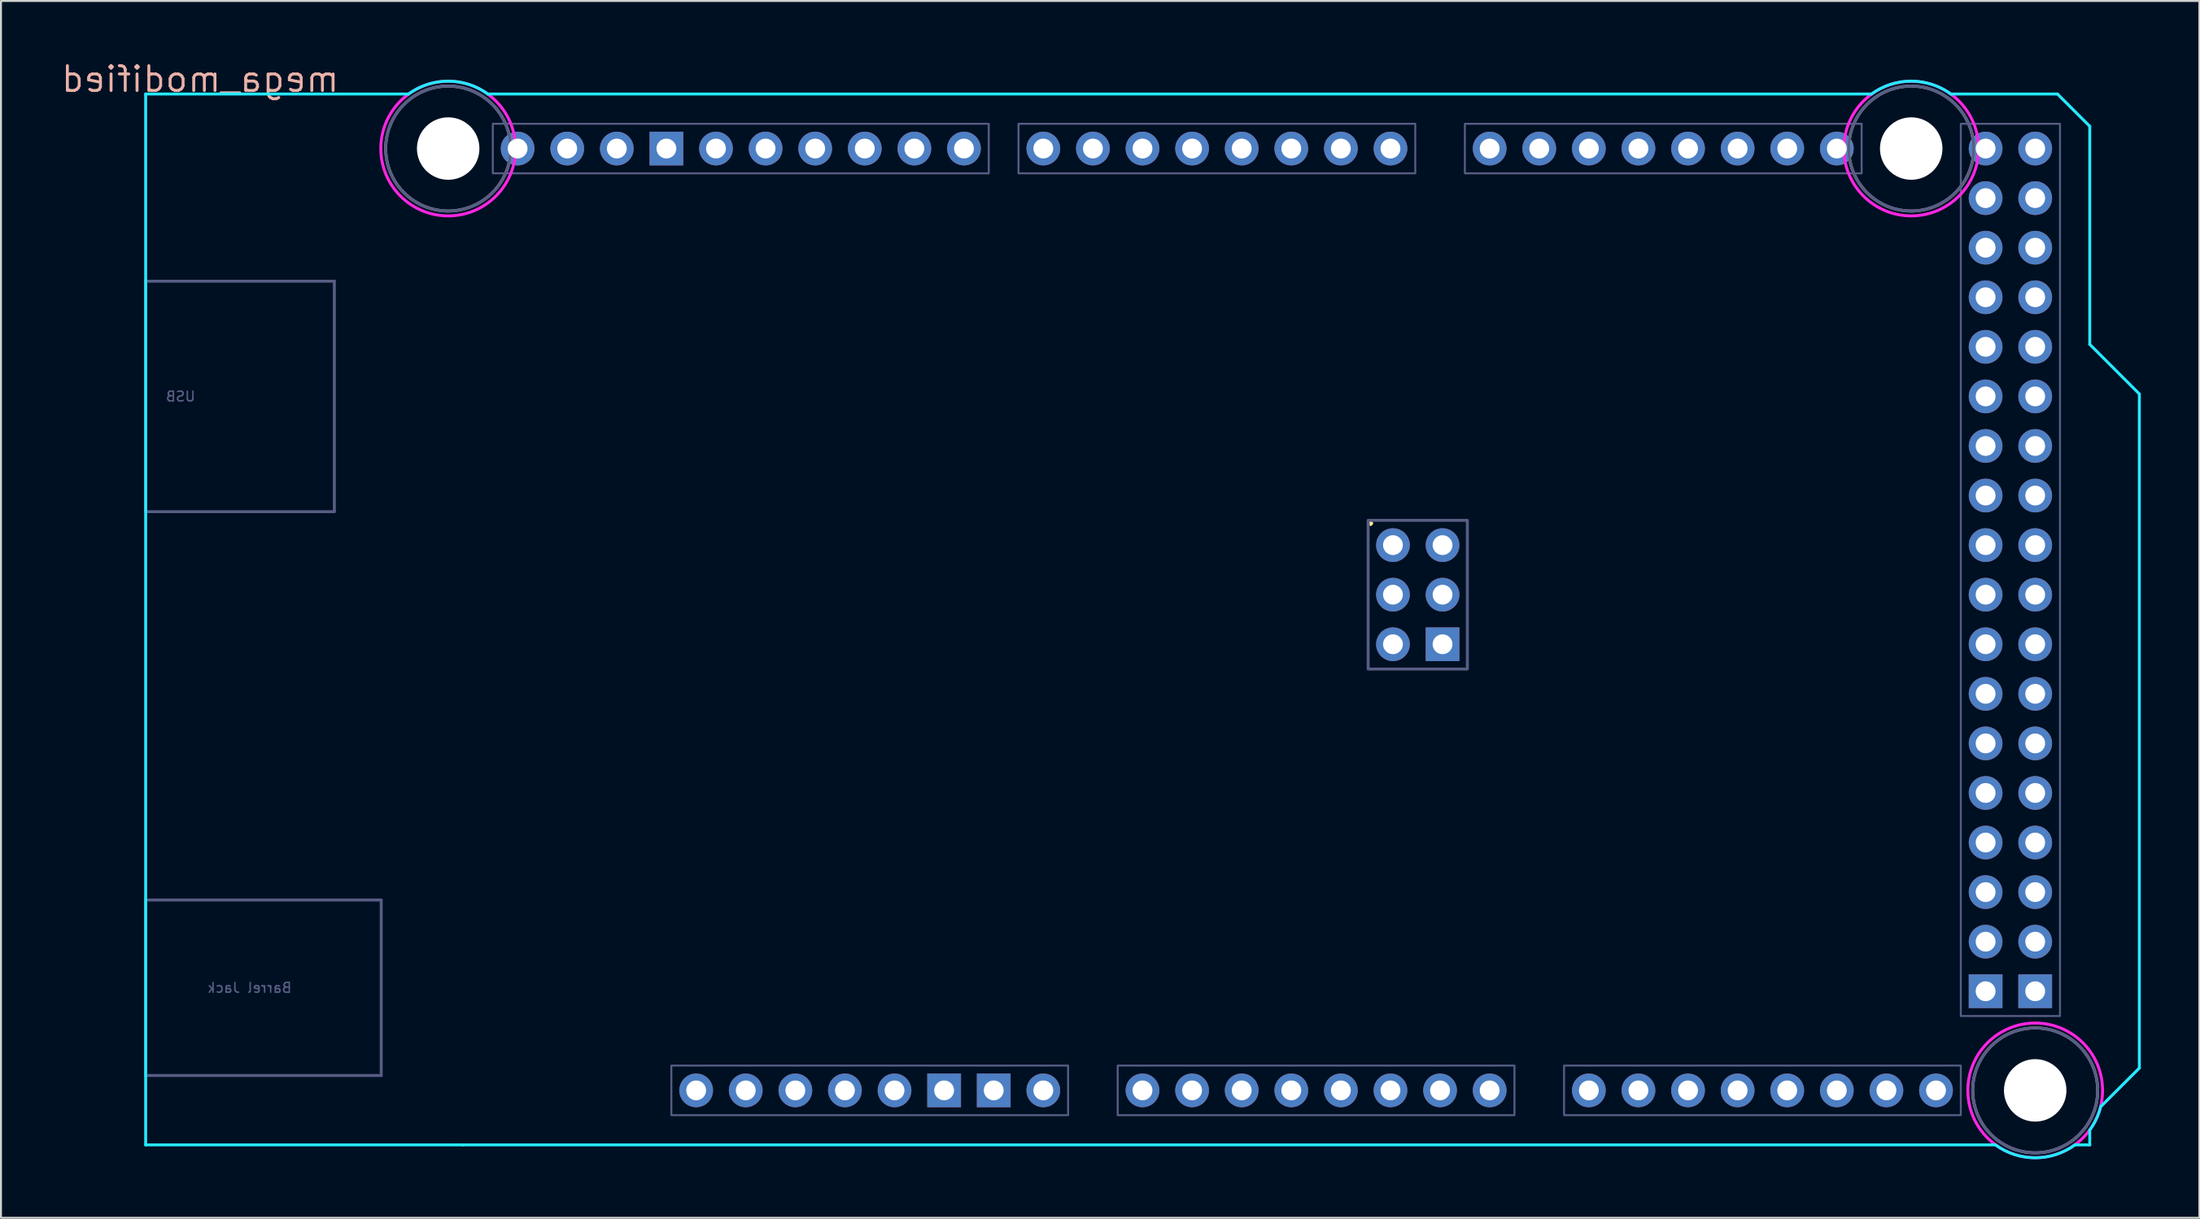
<source format=kicad_pcb>
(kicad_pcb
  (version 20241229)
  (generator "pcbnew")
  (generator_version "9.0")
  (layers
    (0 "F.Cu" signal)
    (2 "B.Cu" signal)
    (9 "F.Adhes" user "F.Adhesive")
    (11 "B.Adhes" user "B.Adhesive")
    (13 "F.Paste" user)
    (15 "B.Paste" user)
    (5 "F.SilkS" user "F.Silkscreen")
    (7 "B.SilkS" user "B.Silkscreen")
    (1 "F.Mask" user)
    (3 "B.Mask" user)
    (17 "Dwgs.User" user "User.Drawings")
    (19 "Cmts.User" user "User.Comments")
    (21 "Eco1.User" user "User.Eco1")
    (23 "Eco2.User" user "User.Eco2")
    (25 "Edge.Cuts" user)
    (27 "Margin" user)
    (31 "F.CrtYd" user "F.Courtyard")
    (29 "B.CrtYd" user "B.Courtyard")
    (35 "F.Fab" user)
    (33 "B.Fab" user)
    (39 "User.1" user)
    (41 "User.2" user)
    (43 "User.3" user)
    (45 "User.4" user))
  (footprint "mega_modified"
    (layer "F.Cu")
    (at 4.664 55.362)
    (property "Reference" "mega_modified" (at 2.54 -54.356 0) (layer "B.SilkS") (effects (font (size 1.27 1.27) (thickness 0.15)) (justify mirror)))
    (attr through_hole)
    (fp_line (start -0.254 -53.594) (end -0.254 0.254) (stroke (width 0.15) (type solid)) (layer "B.CrtYd"))
    (fp_line (start 13.208 -53.594) (end -0.254 -53.594) (stroke (width 0.15) (type solid)) (layer "B.CrtYd"))
    (fp_line (start 16.002 0.254) (end -0.254 0.254) (stroke (width 0.15) (type solid)) (layer "B.CrtYd"))
    (fp_line (start 16.002 0.254) (end 94.488 0.254) (stroke (width 0.15) (type solid)) (layer "B.CrtYd"))
    (fp_line (start 17.272 -53.594) (end 88.138 -53.594) (stroke (width 0.15) (type solid)) (layer "B.CrtYd"))
    (fp_line (start 97.663 -53.594) (end 92.202 -53.594) (stroke (width 0.15) (type solid)) (layer "B.CrtYd"))
    (fp_line (start 97.663 -53.594) (end 99.314 -51.943) (stroke (width 0.15) (type solid)) (layer "B.CrtYd"))
    (fp_line (start 99.314 -40.767) (end 99.314 -51.943) (stroke (width 0.15) (type solid)) (layer "B.CrtYd"))
    (fp_line (start 99.314 0.254) (end 98.552 0.254) (stroke (width 0.15) (type solid)) (layer "B.CrtYd"))
    (fp_line (start 99.314 0.254) (end 99.314 -0.508) (stroke (width 0.15) (type solid)) (layer "B.CrtYd"))
    (fp_line (start 99.873 -1.702) (end 101.854 -3.683) (stroke (width 0.15) (type solid)) (layer "B.CrtYd"))
    (fp_line (start 101.854 -38.227) (end 99.314 -40.767) (stroke (width 0.15) (type solid)) (layer "B.CrtYd"))
    (fp_line (start 101.854 -3.683) (end 101.854 -38.227) (stroke (width 0.15) (type solid)) (layer "B.CrtYd"))
    (fp_arc (start 13.208 -53.594) (mid 15.24 -54.254237) (end 17.272 -53.594) (stroke (width 0.15) (type solid)) (layer "B.CrtYd"))
    (fp_arc (start 88.138 -53.594) (mid 90.17 -54.254237) (end 92.202 -53.594) (stroke (width 0.15) (type solid)) (layer "B.CrtYd"))
    (fp_arc (start 98.552 0.254) (mid 96.52 0.914237) (end 94.488 0.254) (stroke (width 0.15) (type solid)) (layer "B.CrtYd"))
    (fp_arc (start 99.8728 -1.7018) (mid 99.650925 -1.077973) (end 99.314 -0.508) (stroke (width 0.15) (type solid)) (layer "B.CrtYd"))
    (fp_circle (center 15.24 -50.8) (end 18.69 -50.8) (stroke (width 0.15) (type solid)) (fill no) (layer "F.CrtYd"))
    (fp_circle (center 90.17 -50.8) (end 93.62 -50.8) (stroke (width 0.15) (type solid)) (fill no) (layer "F.CrtYd"))
    (fp_circle (center 96.52 -2.54) (end 99.97 -2.54) (stroke (width 0.15) (type solid)) (fill no) (layer "F.CrtYd"))
    (fp_line (start -0.254 -44.004) (end 9.41 -44.004) (stroke (width 0.15) (type solid)) (layer "B.Fab"))
    (fp_line (start -0.254 -32.194) (end -0.254 -44.004) (stroke (width 0.15) (type solid)) (layer "B.Fab"))
    (fp_line (start -0.254 -32.194) (end 9.41 -32.194) (stroke (width 0.15) (type solid)) (layer "B.Fab"))
    (fp_line (start -0.254 -12.294) (end -0.254 -3.303) (stroke (width 0.15) (type solid)) (layer "B.Fab"))
    (fp_line (start -0.254 -12.294) (end 11.81 -12.294) (stroke (width 0.15) (type solid)) (layer "B.Fab"))
    (fp_line (start -0.254 -3.303) (end 11.81 -3.303) (stroke (width 0.15) (type solid)) (layer "B.Fab"))
    (fp_line (start 9.41 -32.194) (end 9.41 -44.004) (stroke (width 0.15) (type solid)) (layer "B.Fab"))
    (fp_line (start 11.81 -12.294) (end 11.81 -3.303) (stroke (width 0.15) (type solid)) (layer "B.Fab"))
    (fp_rect (start 17.526 -52.07) (end 42.926 -49.53) (stroke (width 0.1) (type solid)) (fill no) (layer "B.Fab"))
    (fp_rect (start 26.67 -3.81) (end 46.99 -1.27) (stroke (width 0.1) (type solid)) (fill no) (layer "B.Fab"))
    (fp_rect (start 44.45 -52.07) (end 64.77 -49.53) (stroke (width 0.1) (type solid)) (fill no) (layer "B.Fab"))
    (fp_rect (start 49.53 -3.81) (end 69.85 -1.27) (stroke (width 0.1) (type solid)) (fill no) (layer "B.Fab"))
    (fp_rect (start 62.357 -31.75) (end 67.437 -24.13) (stroke (width 0.15) (type solid)) (fill no) (layer "B.Fab"))
    (fp_rect (start 67.31 -52.07) (end 87.63 -49.53) (stroke (width 0.1) (type solid)) (fill no) (layer "B.Fab"))
    (fp_rect (start 72.39 -3.81) (end 92.71 -1.27) (stroke (width 0.1) (type solid)) (fill no) (layer "B.Fab"))
    (fp_rect (start 92.71 -52.07) (end 97.79 -6.35) (stroke (width 0.1) (type solid)) (fill no) (layer "B.Fab"))
    (fp_circle (center 15.24 -50.8) (end 18.44 -50.8) (stroke (width 0.15) (type solid)) (fill no) (layer "B.Fab"))
    (fp_circle (center 90.17 -50.8) (end 93.37 -50.8) (stroke (width 0.15) (type solid)) (fill no) (layer "B.Fab"))
    (fp_circle (center 96.52 -2.54) (end 99.72 -2.54) (stroke (width 0.15) (type solid)) (fill no) (layer "B.Fab"))
    (fp_circle (center 15.24 -50.8) (end 18.44 -50.8) (stroke (width 0.15) (type solid)) (fill no) (layer "F.Fab"))
    (fp_circle (center 90.17 -50.8) (end 93.37 -50.8) (stroke (width 0.15) (type solid)) (fill no) (layer "F.Fab"))
    (fp_circle (center 96.52 -2.54) (end 99.72 -2.54) (stroke (width 0.15) (type solid)) (fill no) (layer "F.Fab"))
    (fp_text user "." (at 62.484 -32.004 0) (layer "F.SilkS") (effects (font (size 1 1) (thickness 0.15))))
    (fp_text user "USB" (at 1.535 -38.099 0) (layer "B.Fab") (effects (font (size 0.5 0.5) (thickness 0.075)) (justify mirror)))
    (fp_text user "Barrel Jack" (at 5.065 -7.798 0) (layer "B.Fab") (effects (font (size 0.5 0.5) (thickness 0.075)) (justify mirror)))
    (pad "" np_thru_hole circle (at 15.24 -50.8) (size 3.2 3.2) (drill 3.2) (layers "*.Cu" "*.Mask"))
    (pad "" thru_hole oval (at 27.94 -2.54) (size 1.727 1.727) (drill 1.016) (layers "*.Cu" "*.Mask"))
    (pad "" np_thru_hole circle (at 90.17 -50.8) (size 3.2 3.2) (drill 3.2) (layers "*.Cu" "*.Mask"))
    (pad "" np_thru_hole circle (at 96.52 -2.54) (size 3.2 3.2) (drill 3.2) (layers "*.Cu" "*.Mask"))
    (pad "3V3" thru_hole oval (at 35.56 -2.54) (size 1.727 1.727) (drill 1.016) (layers "*.Cu" "*.Mask"))
    (pad "5V1" thru_hole oval (at 38.1 -2.54) (size 1.727 1.727) (drill 1.016) (layers "*.Cu" "*.Mask"))
    (pad "5V2" thru_hole oval (at 66.167 -30.48) (size 1.727 1.727) (drill 1.016) (layers "*.Cu" "*.Mask"))
    (pad "5V3" thru_hole oval (at 93.98 -50.8) (size 1.727 1.727) (drill 1.016) (layers "*.Cu" "*.Mask"))
    (pad "5V4" thru_hole oval (at 96.52 -50.8) (size 1.727 1.727) (drill 1.016) (layers "*.Cu" "*.Mask"))
    (pad "A0" thru_hole oval (at 50.8 -2.54) (size 1.727 1.727) (drill 1.016) (layers "*.Cu" "*.Mask"))
    (pad "A1" thru_hole oval (at 53.34 -2.54) (size 1.727 1.727) (drill 1.016) (layers "*.Cu" "*.Mask"))
    (pad "A2" thru_hole oval (at 55.88 -2.54) (size 1.727 1.727) (drill 1.016) (layers "*.Cu" "*.Mask"))
    (pad "A3" thru_hole oval (at 58.42 -2.54) (size 1.727 1.727) (drill 1.016) (layers "*.Cu" "*.Mask"))
    (pad "A4" thru_hole oval (at 60.96 -2.54) (size 1.727 1.727) (drill 1.016) (layers "*.Cu" "*.Mask"))
    (pad "A5" thru_hole oval (at 63.5 -2.54) (size 1.727 1.727) (drill 1.016) (layers "*.Cu" "*.Mask"))
    (pad "A6" thru_hole oval (at 66.04 -2.54) (size 1.727 1.727) (drill 1.016) (layers "*.Cu" "*.Mask"))
    (pad "A7" thru_hole oval (at 68.58 -2.54) (size 1.727 1.727) (drill 1.016) (layers "*.Cu" "*.Mask"))
    (pad "A8" thru_hole oval (at 73.66 -2.54) (size 1.727 1.727) (drill 1.016) (layers "*.Cu" "*.Mask"))
    (pad "A9" thru_hole oval (at 76.2 -2.54) (size 1.727 1.727) (drill 1.016) (layers "*.Cu" "*.Mask"))
    (pad "A10" thru_hole oval (at 78.74 -2.54) (size 1.727 1.727) (drill 1.016) (layers "*.Cu" "*.Mask"))
    (pad "A11" thru_hole oval (at 81.28 -2.54) (size 1.727 1.727) (drill 1.016) (layers "*.Cu" "*.Mask"))
    (pad "A12" thru_hole oval (at 83.82 -2.54) (size 1.727 1.727) (drill 1.016) (layers "*.Cu" "*.Mask"))
    (pad "A13" thru_hole oval (at 86.36 -2.54) (size 1.727 1.727) (drill 1.016) (layers "*.Cu" "*.Mask"))
    (pad "A14" thru_hole oval (at 88.9 -2.54) (size 1.727 1.727) (drill 1.016) (layers "*.Cu" "*.Mask"))
    (pad "A15" thru_hole oval (at 91.44 -2.54) (size 1.727 1.727) (drill 1.016) (layers "*.Cu" "*.Mask"))
    (pad "AREF" thru_hole oval (at 23.876 -50.8) (size 1.727 1.727) (drill 1.016) (layers "*.Cu" "*.Mask"))
    (pad "D0" thru_hole oval (at 63.5 -50.8) (size 1.727 1.727) (drill 1.016) (layers "*.Cu" "*.Mask"))
    (pad "D1" thru_hole oval (at 60.96 -50.8) (size 1.727 1.727) (drill 1.016) (layers "*.Cu" "*.Mask"))
    (pad "D2" thru_hole oval (at 58.42 -50.8) (size 1.727 1.727) (drill 1.016) (layers "*.Cu" "*.Mask"))
    (pad "D3" thru_hole oval (at 55.88 -50.8) (size 1.727 1.727) (drill 1.016) (layers "*.Cu" "*.Mask"))
    (pad "D4" thru_hole oval (at 53.34 -50.8) (size 1.727 1.727) (drill 1.016) (layers "*.Cu" "*.Mask"))
    (pad "D5" thru_hole oval (at 50.8 -50.8) (size 1.727 1.727) (drill 1.016) (layers "*.Cu" "*.Mask"))
    (pad "D6" thru_hole oval (at 48.26 -50.8) (size 1.727 1.727) (drill 1.016) (layers "*.Cu" "*.Mask"))
    (pad "D7" thru_hole oval (at 45.72 -50.8) (size 1.727 1.727) (drill 1.016) (layers "*.Cu" "*.Mask"))
    (pad "D8" thru_hole oval (at 41.656 -50.8) (size 1.727 1.727) (drill 1.016) (layers "*.Cu" "*.Mask"))
    (pad "D9" thru_hole oval (at 39.116 -50.8) (size 1.727 1.727) (drill 1.016) (layers "*.Cu" "*.Mask"))
    (pad "D10" thru_hole oval (at 36.576 -50.8) (size 1.727 1.727) (drill 1.016) (layers "*.Cu" "*.Mask"))
    (pad "D11" thru_hole oval (at 34.036 -50.8) (size 1.727 1.727) (drill 1.016) (layers "*.Cu" "*.Mask"))
    (pad "D12" thru_hole oval (at 31.496 -50.8) (size 1.727 1.727) (drill 1.016) (layers "*.Cu" "*.Mask"))
    (pad "D13" thru_hole oval (at 28.956 -50.8) (size 1.727 1.727) (drill 1.016) (layers "*.Cu" "*.Mask"))
    (pad "D14" thru_hole oval (at 68.58 -50.8) (size 1.727 1.727) (drill 1.016) (layers "*.Cu" "*.Mask"))
    (pad "D15" thru_hole oval (at 71.12 -50.8) (size 1.727 1.727) (drill 1.016) (layers "*.Cu" "*.Mask"))
    (pad "D16" thru_hole oval (at 73.66 -50.8) (size 1.727 1.727) (drill 1.016) (layers "*.Cu" "*.Mask"))
    (pad "D17" thru_hole oval (at 76.2 -50.8) (size 1.727 1.727) (drill 1.016) (layers "*.Cu" "*.Mask"))
    (pad "D18" thru_hole oval (at 78.74 -50.8) (size 1.727 1.727) (drill 1.016) (layers "*.Cu" "*.Mask"))
    (pad "D19" thru_hole oval (at 81.28 -50.8) (size 1.727 1.727) (drill 1.016) (layers "*.Cu" "*.Mask"))
    (pad "D20" thru_hole oval (at 83.82 -50.8) (size 1.727 1.727) (drill 1.016) (layers "*.Cu" "*.Mask"))
    (pad "D21" thru_hole oval (at 86.36 -50.8) (size 1.727 1.727) (drill 1.016) (layers "*.Cu" "*.Mask"))
    (pad "D22" thru_hole oval (at 93.98 -48.26) (size 1.727 1.727) (drill 1.016) (layers "*.Cu" "*.Mask"))
    (pad "D23" thru_hole oval (at 96.52 -48.26) (size 1.727 1.727) (drill 1.016) (layers "*.Cu" "*.Mask"))
    (pad "D24" thru_hole oval (at 93.98 -45.72) (size 1.727 1.727) (drill 1.016) (layers "*.Cu" "*.Mask"))
    (pad "D25" thru_hole oval (at 96.52 -45.72) (size 1.727 1.727) (drill 1.016) (layers "*.Cu" "*.Mask"))
    (pad "D26" thru_hole oval (at 93.98 -43.18) (size 1.727 1.727) (drill 1.016) (layers "*.Cu" "*.Mask"))
    (pad "D27" thru_hole oval (at 96.52 -43.18) (size 1.727 1.727) (drill 1.016) (layers "*.Cu" "*.Mask"))
    (pad "D28" thru_hole oval (at 93.98 -40.64) (size 1.727 1.727) (drill 1.016) (layers "*.Cu" "*.Mask"))
    (pad "D29" thru_hole oval (at 96.52 -40.64) (size 1.727 1.727) (drill 1.016) (layers "*.Cu" "*.Mask"))
    (pad "D30" thru_hole oval (at 93.98 -38.1) (size 1.727 1.727) (drill 1.016) (layers "*.Cu" "*.Mask"))
    (pad "D31" thru_hole oval (at 96.52 -38.1) (size 1.727 1.727) (drill 1.016) (layers "*.Cu" "*.Mask"))
    (pad "D32" thru_hole oval (at 93.98 -35.56) (size 1.727 1.727) (drill 1.016) (layers "*.Cu" "*.Mask"))
    (pad "D33" thru_hole oval (at 96.52 -35.56) (size 1.727 1.727) (drill 1.016) (layers "*.Cu" "*.Mask"))
    (pad "D34" thru_hole oval (at 93.98 -33.02) (size 1.727 1.727) (drill 1.016) (layers "*.Cu" "*.Mask"))
    (pad "D35" thru_hole oval (at 96.52 -33.02) (size 1.727 1.727) (drill 1.016) (layers "*.Cu" "*.Mask"))
    (pad "D36" thru_hole oval (at 93.98 -30.48) (size 1.727 1.727) (drill 1.016) (layers "*.Cu" "*.Mask"))
    (pad "D37" thru_hole oval (at 96.52 -30.48) (size 1.727 1.727) (drill 1.016) (layers "*.Cu" "*.Mask"))
    (pad "D38" thru_hole oval (at 93.98 -27.94) (size 1.727 1.727) (drill 1.016) (layers "*.Cu" "*.Mask"))
    (pad "D39" thru_hole oval (at 96.52 -27.94) (size 1.727 1.727) (drill 1.016) (layers "*.Cu" "*.Mask"))
    (pad "D40" thru_hole oval (at 93.98 -25.4) (size 1.727 1.727) (drill 1.016) (layers "*.Cu" "*.Mask"))
    (pad "D41" thru_hole oval (at 96.52 -25.4) (size 1.727 1.727) (drill 1.016) (layers "*.Cu" "*.Mask"))
    (pad "D42" thru_hole oval (at 93.98 -22.86) (size 1.727 1.727) (drill 1.016) (layers "*.Cu" "*.Mask"))
    (pad "D43" thru_hole oval (at 96.52 -22.86) (size 1.727 1.727) (drill 1.016) (layers "*.Cu" "*.Mask"))
    (pad "D44" thru_hole oval (at 93.98 -20.32) (size 1.727 1.727) (drill 1.016) (layers "*.Cu" "*.Mask"))
    (pad "D45" thru_hole oval (at 96.52 -20.32) (size 1.727 1.727) (drill 1.016) (layers "*.Cu" "*.Mask"))
    (pad "D46" thru_hole oval (at 93.98 -17.78) (size 1.727 1.727) (drill 1.016) (layers "*.Cu" "*.Mask"))
    (pad "D47" thru_hole oval (at 96.52 -17.78) (size 1.727 1.727) (drill 1.016) (layers "*.Cu" "*.Mask"))
    (pad "D48" thru_hole oval (at 93.98 -15.24) (size 1.727 1.727) (drill 1.016) (layers "*.Cu" "*.Mask"))
    (pad "D49" thru_hole oval (at 96.52 -15.24) (size 1.727 1.727) (drill 1.016) (layers "*.Cu" "*.Mask"))
    (pad "D50" thru_hole oval (at 93.98 -12.7) (size 1.727 1.727) (drill 1.016) (layers "*.Cu" "*.Mask"))
    (pad "D51" thru_hole oval (at 96.52 -12.7) (size 1.727 1.727) (drill 1.016) (layers "*.Cu" "*.Mask"))
    (pad "D52" thru_hole oval (at 93.98 -10.16) (size 1.727 1.727) (drill 1.016) (layers "*.Cu" "*.Mask"))
    (pad "D53" thru_hole oval (at 96.52 -10.16) (size 1.727 1.727) (drill 1.016) (layers "*.Cu" "*.Mask"))
    (pad "GND1" thru_hole rect (at 26.416 -50.8) (size 1.727 1.727) (drill 1.016) (layers "*.Cu" "*.Mask"))
    (pad "GND2" thru_hole rect (at 40.64 -2.54) (size 1.727 1.727) (drill 1.016) (layers "*.Cu" "*.Mask"))
    (pad "GND3" thru_hole rect (at 43.18 -2.54) (size 1.727 1.727) (drill 1.016) (layers "*.Cu" "*.Mask"))
    (pad "GND4" thru_hole rect (at 66.167 -25.4) (size 1.727 1.727) (drill 1.016) (layers "*.Cu" "*.Mask"))
    (pad "GND5" thru_hole rect (at 93.98 -7.62) (size 1.727 1.727) (drill 1.016) (layers "*.Cu" "*.Mask"))
    (pad "GND6" thru_hole rect (at 96.52 -7.62) (size 1.727 1.727) (drill 1.016) (layers "*.Cu" "*.Mask"))
    (pad "IORF" thru_hole oval (at 30.48 -2.54) (size 1.727 1.727) (drill 1.016) (layers "*.Cu" "*.Mask"))
    (pad "MISO" thru_hole oval (at 63.627 -30.48) (size 1.727 1.727) (drill 1.016) (layers "*.Cu" "*.Mask"))
    (pad "MOSI" thru_hole oval (at 66.167 -27.94) (size 1.727 1.727) (drill 1.016) (layers "*.Cu" "*.Mask"))
    (pad "RST1" thru_hole oval (at 33.02 -2.54) (size 1.727 1.727) (drill 1.016) (layers "*.Cu" "*.Mask"))
    (pad "RST2" thru_hole oval (at 63.627 -25.4) (size 1.727 1.727) (drill 1.016) (layers "*.Cu" "*.Mask"))
    (pad "SCK" thru_hole oval (at 63.627 -27.94) (size 1.727 1.727) (drill 1.016) (layers "*.Cu" "*.Mask"))
    (pad "SCL" thru_hole oval (at 18.796 -50.8) (size 1.727 1.727) (drill 1.016) (layers "*.Cu" "*.Mask"))
    (pad "SDA" thru_hole oval (at 21.336 -50.8) (size 1.727 1.727) (drill 1.016) (layers "*.Cu" "*.Mask"))
    (pad "VIN" thru_hole oval (at 45.72 -2.54) (size 1.727 1.727) (drill 1.016) (layers "*.Cu" "*.Mask")))
  (gr_rect
    (start -3 -3)
    (end 109.593 59.351)
    (stroke (width 0.1) (type default))
    (fill no)
    (layer "Edge.Cuts")))
</source>
